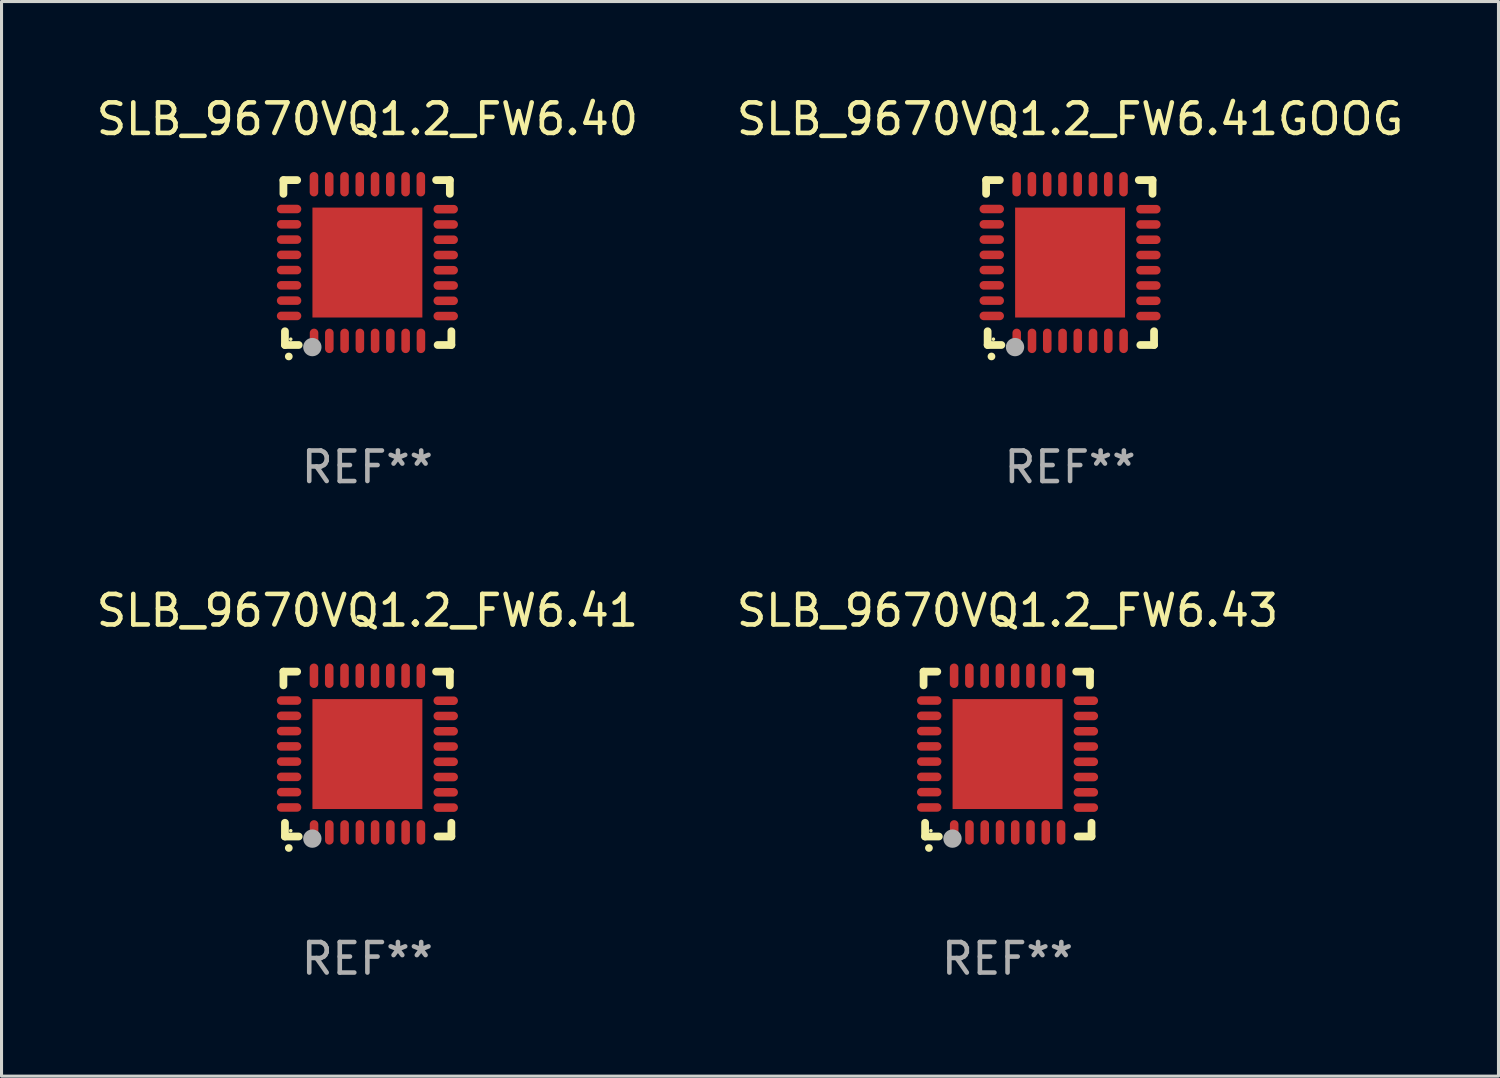
<source format=kicad_pcb>
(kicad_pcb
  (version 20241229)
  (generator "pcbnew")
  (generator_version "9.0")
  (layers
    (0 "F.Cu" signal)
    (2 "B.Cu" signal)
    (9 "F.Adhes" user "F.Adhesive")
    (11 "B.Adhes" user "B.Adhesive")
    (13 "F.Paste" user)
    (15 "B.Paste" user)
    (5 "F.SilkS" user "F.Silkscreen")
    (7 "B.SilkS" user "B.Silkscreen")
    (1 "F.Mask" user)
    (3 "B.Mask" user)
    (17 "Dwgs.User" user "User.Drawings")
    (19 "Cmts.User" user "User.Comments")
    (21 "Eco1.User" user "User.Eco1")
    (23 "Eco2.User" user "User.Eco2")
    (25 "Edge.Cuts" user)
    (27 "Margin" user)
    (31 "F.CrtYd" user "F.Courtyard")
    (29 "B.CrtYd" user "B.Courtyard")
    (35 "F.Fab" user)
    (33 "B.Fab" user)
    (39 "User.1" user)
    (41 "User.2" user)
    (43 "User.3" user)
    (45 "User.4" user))
  (footprint "SLB_9670VQ1.2_FW6.40"
    (layer "F.Cu")
    (at 8.982 5.548)
    (property "Reference" "SLB_9670VQ1.2_FW6.40" (at 0 -4.7 0) (layer "F.SilkS") (effects (font (size 1 1) (thickness 0.15))))
    (attr through_hole)
    (fp_line (start -2.75 -2.7) (end -2.75 -2.25) (stroke (width 0.254) (type solid)) (layer "F.SilkS"))
    (fp_line (start -2.7 2.7) (end -2.7 2.25) (stroke (width 0.254) (type solid)) (layer "F.SilkS"))
    (fp_line (start -2.3 -2.7) (end -2.75 -2.7) (stroke (width 0.254) (type solid)) (layer "F.SilkS"))
    (fp_line (start -2.25 2.7) (end -2.7 2.7) (stroke (width 0.254) (type solid)) (layer "F.SilkS"))
    (fp_line (start 2.3 2.7) (end 2.75 2.7) (stroke (width 0.254) (type solid)) (layer "F.SilkS"))
    (fp_line (start 2.7 -2.7) (end 2.25 -2.7) (stroke (width 0.254) (type solid)) (layer "F.SilkS"))
    (fp_line (start 2.7 -2.25) (end 2.7 -2.7) (stroke (width 0.254) (type solid)) (layer "F.SilkS"))
    (fp_line (start 2.75 2.7) (end 2.75 2.25) (stroke (width 0.254) (type solid)) (layer "F.SilkS"))
    (fp_arc (start -2.575565 3.075946) (mid -2.574295 3.07594) (end -2.573025 3.075946) (stroke (width 0.25) (type solid)) (layer "F.SilkS"))
    (fp_circle (center -2.51 2.51) (end -2.48 2.51) (stroke (width 0.06) (type solid)) (fill no) (layer "F.SilkS"))
    (fp_circle (center -1.803 2.769) (end -1.653 2.769) (stroke (width 0.3) (type solid)) (fill no) (layer "F.Fab"))
    (fp_text user "REF**" (at 0 6.7 0) (layer "F.Fab") (effects (font (size 1 1) (thickness 0.15))))
    (pad "1" smd oval (at -1.747 2.565) (size 0.28 0.8) (layers "F.Cu" "F.Mask" "F.Paste"))
    (pad "2" smd oval (at -1.247 2.565) (size 0.28 0.8) (layers "F.Cu" "F.Mask" "F.Paste"))
    (pad "3" smd oval (at -0.747 2.565) (size 0.28 0.8) (layers "F.Cu" "F.Mask" "F.Paste"))
    (pad "4" smd oval (at -0.246 2.565) (size 0.28 0.8) (layers "F.Cu" "F.Mask" "F.Paste"))
    (pad "5" smd oval (at 0.252 2.565) (size 0.28 0.8) (layers "F.Cu" "F.Mask" "F.Paste"))
    (pad "6" smd oval (at 0.752 2.565) (size 0.28 0.8) (layers "F.Cu" "F.Mask" "F.Paste"))
    (pad "7" smd oval (at 1.252 2.565) (size 0.28 0.8) (layers "F.Cu" "F.Mask" "F.Paste"))
    (pad "8" smd oval (at 1.753 2.565) (size 0.28 0.8) (layers "F.Cu" "F.Mask" "F.Paste"))
    (pad "9" smd oval (at 2.565 1.753) (size 0.8 0.28) (layers "F.Cu" "F.Mask" "F.Paste"))
    (pad "10" smd oval (at 2.565 1.252) (size 0.8 0.28) (layers "F.Cu" "F.Mask" "F.Paste"))
    (pad "11" smd oval (at 2.565 0.752) (size 0.8 0.28) (layers "F.Cu" "F.Mask" "F.Paste"))
    (pad "12" smd oval (at 2.565 0.252) (size 0.8 0.28) (layers "F.Cu" "F.Mask" "F.Paste"))
    (pad "13" smd oval (at 2.565 -0.246) (size 0.8 0.28) (layers "F.Cu" "F.Mask" "F.Paste"))
    (pad "14" smd oval (at 2.565 -0.747) (size 0.8 0.28) (layers "F.Cu" "F.Mask" "F.Paste"))
    (pad "15" smd oval (at 2.565 -1.247) (size 0.8 0.28) (layers "F.Cu" "F.Mask" "F.Paste"))
    (pad "16" smd oval (at 2.565 -1.747) (size 0.8 0.28) (layers "F.Cu" "F.Mask" "F.Paste"))
    (pad "17" smd oval (at 1.75 -2.565) (size 0.28 0.8) (layers "F.Cu" "F.Mask" "F.Paste"))
    (pad "18" smd oval (at 1.25 -2.565) (size 0.28 0.8) (layers "F.Cu" "F.Mask" "F.Paste"))
    (pad "19" smd oval (at 0.75 -2.565) (size 0.28 0.8) (layers "F.Cu" "F.Mask" "F.Paste"))
    (pad "20" smd oval (at 0.25 -2.565) (size 0.28 0.8) (layers "F.Cu" "F.Mask" "F.Paste"))
    (pad "21" smd oval (at -0.25 -2.565) (size 0.28 0.8) (layers "F.Cu" "F.Mask" "F.Paste"))
    (pad "22" smd oval (at -0.75 -2.565) (size 0.28 0.8) (layers "F.Cu" "F.Mask" "F.Paste"))
    (pad "23" smd oval (at -1.25 -2.565) (size 0.28 0.8) (layers "F.Cu" "F.Mask" "F.Paste"))
    (pad "24" smd oval (at -1.75 -2.565) (size 0.28 0.8) (layers "F.Cu" "F.Mask" "F.Paste"))
    (pad "25" smd oval (at -2.565 -1.753) (size 0.8 0.28) (layers "F.Cu" "F.Mask" "F.Paste"))
    (pad "26" smd oval (at -2.565 -1.252) (size 0.8 0.28) (layers "F.Cu" "F.Mask" "F.Paste"))
    (pad "27" smd oval (at -2.565 -0.752) (size 0.8 0.28) (layers "F.Cu" "F.Mask" "F.Paste"))
    (pad "28" smd oval (at -2.565 -0.251) (size 0.8 0.28) (layers "F.Cu" "F.Mask" "F.Paste"))
    (pad "29" smd oval (at -2.565 0.246) (size 0.8 0.28) (layers "F.Cu" "F.Mask" "F.Paste"))
    (pad "30" smd oval (at -2.565 0.747) (size 0.8 0.28) (layers "F.Cu" "F.Mask" "F.Paste"))
    (pad "31" smd oval (at -2.565 1.247) (size 0.8 0.28) (layers "F.Cu" "F.Mask" "F.Paste"))
    (pad "32" smd oval (at -2.565 1.748) (size 0.8 0.28) (layers "F.Cu" "F.Mask" "F.Paste"))
    (pad "33" smd rect (at 0.000076 0.000076) (size 3.6 3.6) (layers "F.Cu" "F.Mask" "F.Paste")))
  (footprint "SLB_9670VQ1.2_FW6.41GOOG"
    (layer "F.Cu")
    (at 31.994 5.548)
    (property "Reference" "SLB_9670VQ1.2_FW6.41GOOG" (at 0 -4.7 0) (layer "F.SilkS") (effects (font (size 1 1) (thickness 0.15))))
    (attr through_hole)
    (fp_line (start -2.75 -2.7) (end -2.75 -2.25) (stroke (width 0.254) (type solid)) (layer "F.SilkS"))
    (fp_line (start -2.7 2.7) (end -2.7 2.25) (stroke (width 0.254) (type solid)) (layer "F.SilkS"))
    (fp_line (start -2.3 -2.7) (end -2.75 -2.7) (stroke (width 0.254) (type solid)) (layer "F.SilkS"))
    (fp_line (start -2.25 2.7) (end -2.7 2.7) (stroke (width 0.254) (type solid)) (layer "F.SilkS"))
    (fp_line (start 2.3 2.7) (end 2.75 2.7) (stroke (width 0.254) (type solid)) (layer "F.SilkS"))
    (fp_line (start 2.7 -2.7) (end 2.25 -2.7) (stroke (width 0.254) (type solid)) (layer "F.SilkS"))
    (fp_line (start 2.7 -2.25) (end 2.7 -2.7) (stroke (width 0.254) (type solid)) (layer "F.SilkS"))
    (fp_line (start 2.75 2.7) (end 2.75 2.25) (stroke (width 0.254) (type solid)) (layer "F.SilkS"))
    (fp_arc (start -2.575565 3.075946) (mid -2.574295 3.07594) (end -2.573025 3.075946) (stroke (width 0.25) (type solid)) (layer "F.SilkS"))
    (fp_circle (center -2.51 2.51) (end -2.48 2.51) (stroke (width 0.06) (type solid)) (fill no) (layer "F.SilkS"))
    (fp_circle (center -1.803 2.769) (end -1.653 2.769) (stroke (width 0.3) (type solid)) (fill no) (layer "F.Fab"))
    (fp_text user "REF**" (at 0 6.7 0) (layer "F.Fab") (effects (font (size 1 1) (thickness 0.15))))
    (pad "1" smd oval (at -1.747 2.565) (size 0.28 0.8) (layers "F.Cu" "F.Mask" "F.Paste"))
    (pad "2" smd oval (at -1.247 2.565) (size 0.28 0.8) (layers "F.Cu" "F.Mask" "F.Paste"))
    (pad "3" smd oval (at -0.747 2.565) (size 0.28 0.8) (layers "F.Cu" "F.Mask" "F.Paste"))
    (pad "4" smd oval (at -0.246 2.565) (size 0.28 0.8) (layers "F.Cu" "F.Mask" "F.Paste"))
    (pad "5" smd oval (at 0.252 2.565) (size 0.28 0.8) (layers "F.Cu" "F.Mask" "F.Paste"))
    (pad "6" smd oval (at 0.752 2.565) (size 0.28 0.8) (layers "F.Cu" "F.Mask" "F.Paste"))
    (pad "7" smd oval (at 1.252 2.565) (size 0.28 0.8) (layers "F.Cu" "F.Mask" "F.Paste"))
    (pad "8" smd oval (at 1.753 2.565) (size 0.28 0.8) (layers "F.Cu" "F.Mask" "F.Paste"))
    (pad "9" smd oval (at 2.565 1.753) (size 0.8 0.28) (layers "F.Cu" "F.Mask" "F.Paste"))
    (pad "10" smd oval (at 2.565 1.252) (size 0.8 0.28) (layers "F.Cu" "F.Mask" "F.Paste"))
    (pad "11" smd oval (at 2.565 0.752) (size 0.8 0.28) (layers "F.Cu" "F.Mask" "F.Paste"))
    (pad "12" smd oval (at 2.565 0.252) (size 0.8 0.28) (layers "F.Cu" "F.Mask" "F.Paste"))
    (pad "13" smd oval (at 2.565 -0.246) (size 0.8 0.28) (layers "F.Cu" "F.Mask" "F.Paste"))
    (pad "14" smd oval (at 2.565 -0.747) (size 0.8 0.28) (layers "F.Cu" "F.Mask" "F.Paste"))
    (pad "15" smd oval (at 2.565 -1.247) (size 0.8 0.28) (layers "F.Cu" "F.Mask" "F.Paste"))
    (pad "16" smd oval (at 2.565 -1.747) (size 0.8 0.28) (layers "F.Cu" "F.Mask" "F.Paste"))
    (pad "17" smd oval (at 1.75 -2.565) (size 0.28 0.8) (layers "F.Cu" "F.Mask" "F.Paste"))
    (pad "18" smd oval (at 1.25 -2.565) (size 0.28 0.8) (layers "F.Cu" "F.Mask" "F.Paste"))
    (pad "19" smd oval (at 0.75 -2.565) (size 0.28 0.8) (layers "F.Cu" "F.Mask" "F.Paste"))
    (pad "20" smd oval (at 0.25 -2.565) (size 0.28 0.8) (layers "F.Cu" "F.Mask" "F.Paste"))
    (pad "21" smd oval (at -0.25 -2.565) (size 0.28 0.8) (layers "F.Cu" "F.Mask" "F.Paste"))
    (pad "22" smd oval (at -0.75 -2.565) (size 0.28 0.8) (layers "F.Cu" "F.Mask" "F.Paste"))
    (pad "23" smd oval (at -1.25 -2.565) (size 0.28 0.8) (layers "F.Cu" "F.Mask" "F.Paste"))
    (pad "24" smd oval (at -1.75 -2.565) (size 0.28 0.8) (layers "F.Cu" "F.Mask" "F.Paste"))
    (pad "25" smd oval (at -2.565 -1.753) (size 0.8 0.28) (layers "F.Cu" "F.Mask" "F.Paste"))
    (pad "26" smd oval (at -2.565 -1.252) (size 0.8 0.28) (layers "F.Cu" "F.Mask" "F.Paste"))
    (pad "27" smd oval (at -2.565 -0.752) (size 0.8 0.28) (layers "F.Cu" "F.Mask" "F.Paste"))
    (pad "28" smd oval (at -2.565 -0.251) (size 0.8 0.28) (layers "F.Cu" "F.Mask" "F.Paste"))
    (pad "29" smd oval (at -2.565 0.246) (size 0.8 0.28) (layers "F.Cu" "F.Mask" "F.Paste"))
    (pad "30" smd oval (at -2.565 0.747) (size 0.8 0.28) (layers "F.Cu" "F.Mask" "F.Paste"))
    (pad "31" smd oval (at -2.565 1.247) (size 0.8 0.28) (layers "F.Cu" "F.Mask" "F.Paste"))
    (pad "32" smd oval (at -2.565 1.748) (size 0.8 0.28) (layers "F.Cu" "F.Mask" "F.Paste"))
    (pad "33" smd rect (at 0.000076 0.000076) (size 3.6 3.6) (layers "F.Cu" "F.Mask" "F.Paste")))
  (footprint "SLB_9670VQ1.2_FW6.43"
    (layer "F.Cu")
    (at 29.946 21.645)
    (property "Reference" "SLB_9670VQ1.2_FW6.43" (at 0 -4.7 0) (layer "F.SilkS") (effects (font (size 1 1) (thickness 0.15))))
    (attr through_hole)
    (fp_line (start -2.75 -2.7) (end -2.75 -2.25) (stroke (width 0.254) (type solid)) (layer "F.SilkS"))
    (fp_line (start -2.7 2.7) (end -2.7 2.25) (stroke (width 0.254) (type solid)) (layer "F.SilkS"))
    (fp_line (start -2.3 -2.7) (end -2.75 -2.7) (stroke (width 0.254) (type solid)) (layer "F.SilkS"))
    (fp_line (start -2.25 2.7) (end -2.7 2.7) (stroke (width 0.254) (type solid)) (layer "F.SilkS"))
    (fp_line (start 2.3 2.7) (end 2.75 2.7) (stroke (width 0.254) (type solid)) (layer "F.SilkS"))
    (fp_line (start 2.7 -2.7) (end 2.25 -2.7) (stroke (width 0.254) (type solid)) (layer "F.SilkS"))
    (fp_line (start 2.7 -2.25) (end 2.7 -2.7) (stroke (width 0.254) (type solid)) (layer "F.SilkS"))
    (fp_line (start 2.75 2.7) (end 2.75 2.25) (stroke (width 0.254) (type solid)) (layer "F.SilkS"))
    (fp_arc (start -2.575565 3.075946) (mid -2.574295 3.07594) (end -2.573025 3.075946) (stroke (width 0.25) (type solid)) (layer "F.SilkS"))
    (fp_circle (center -2.51 2.51) (end -2.48 2.51) (stroke (width 0.06) (type solid)) (fill no) (layer "F.SilkS"))
    (fp_circle (center -1.803 2.769) (end -1.653 2.769) (stroke (width 0.3) (type solid)) (fill no) (layer "F.Fab"))
    (fp_text user "REF**" (at 0 6.7 0) (layer "F.Fab") (effects (font (size 1 1) (thickness 0.15))))
    (pad "1" smd oval (at -1.747 2.565) (size 0.28 0.8) (layers "F.Cu" "F.Mask" "F.Paste"))
    (pad "2" smd oval (at -1.247 2.565) (size 0.28 0.8) (layers "F.Cu" "F.Mask" "F.Paste"))
    (pad "3" smd oval (at -0.747 2.565) (size 0.28 0.8) (layers "F.Cu" "F.Mask" "F.Paste"))
    (pad "4" smd oval (at -0.246 2.565) (size 0.28 0.8) (layers "F.Cu" "F.Mask" "F.Paste"))
    (pad "5" smd oval (at 0.252 2.565) (size 0.28 0.8) (layers "F.Cu" "F.Mask" "F.Paste"))
    (pad "6" smd oval (at 0.752 2.565) (size 0.28 0.8) (layers "F.Cu" "F.Mask" "F.Paste"))
    (pad "7" smd oval (at 1.252 2.565) (size 0.28 0.8) (layers "F.Cu" "F.Mask" "F.Paste"))
    (pad "8" smd oval (at 1.753 2.565) (size 0.28 0.8) (layers "F.Cu" "F.Mask" "F.Paste"))
    (pad "9" smd oval (at 2.565 1.753) (size 0.8 0.28) (layers "F.Cu" "F.Mask" "F.Paste"))
    (pad "10" smd oval (at 2.565 1.252) (size 0.8 0.28) (layers "F.Cu" "F.Mask" "F.Paste"))
    (pad "11" smd oval (at 2.565 0.752) (size 0.8 0.28) (layers "F.Cu" "F.Mask" "F.Paste"))
    (pad "12" smd oval (at 2.565 0.252) (size 0.8 0.28) (layers "F.Cu" "F.Mask" "F.Paste"))
    (pad "13" smd oval (at 2.565 -0.246) (size 0.8 0.28) (layers "F.Cu" "F.Mask" "F.Paste"))
    (pad "14" smd oval (at 2.565 -0.747) (size 0.8 0.28) (layers "F.Cu" "F.Mask" "F.Paste"))
    (pad "15" smd oval (at 2.565 -1.247) (size 0.8 0.28) (layers "F.Cu" "F.Mask" "F.Paste"))
    (pad "16" smd oval (at 2.565 -1.747) (size 0.8 0.28) (layers "F.Cu" "F.Mask" "F.Paste"))
    (pad "17" smd oval (at 1.75 -2.565) (size 0.28 0.8) (layers "F.Cu" "F.Mask" "F.Paste"))
    (pad "18" smd oval (at 1.25 -2.565) (size 0.28 0.8) (layers "F.Cu" "F.Mask" "F.Paste"))
    (pad "19" smd oval (at 0.75 -2.565) (size 0.28 0.8) (layers "F.Cu" "F.Mask" "F.Paste"))
    (pad "20" smd oval (at 0.25 -2.565) (size 0.28 0.8) (layers "F.Cu" "F.Mask" "F.Paste"))
    (pad "21" smd oval (at -0.25 -2.565) (size 0.28 0.8) (layers "F.Cu" "F.Mask" "F.Paste"))
    (pad "22" smd oval (at -0.75 -2.565) (size 0.28 0.8) (layers "F.Cu" "F.Mask" "F.Paste"))
    (pad "23" smd oval (at -1.25 -2.565) (size 0.28 0.8) (layers "F.Cu" "F.Mask" "F.Paste"))
    (pad "24" smd oval (at -1.75 -2.565) (size 0.28 0.8) (layers "F.Cu" "F.Mask" "F.Paste"))
    (pad "25" smd oval (at -2.565 -1.753) (size 0.8 0.28) (layers "F.Cu" "F.Mask" "F.Paste"))
    (pad "26" smd oval (at -2.565 -1.252) (size 0.8 0.28) (layers "F.Cu" "F.Mask" "F.Paste"))
    (pad "27" smd oval (at -2.565 -0.752) (size 0.8 0.28) (layers "F.Cu" "F.Mask" "F.Paste"))
    (pad "28" smd oval (at -2.565 -0.251) (size 0.8 0.28) (layers "F.Cu" "F.Mask" "F.Paste"))
    (pad "29" smd oval (at -2.565 0.246) (size 0.8 0.28) (layers "F.Cu" "F.Mask" "F.Paste"))
    (pad "30" smd oval (at -2.565 0.747) (size 0.8 0.28) (layers "F.Cu" "F.Mask" "F.Paste"))
    (pad "31" smd oval (at -2.565 1.247) (size 0.8 0.28) (layers "F.Cu" "F.Mask" "F.Paste"))
    (pad "32" smd oval (at -2.565 1.748) (size 0.8 0.28) (layers "F.Cu" "F.Mask" "F.Paste"))
    (pad "33" smd rect (at 0.000076 0.000076) (size 3.6 3.6) (layers "F.Cu" "F.Mask" "F.Paste")))
  (footprint "SLB_9670VQ1.2_FW6.41"
    (layer "F.Cu")
    (at 8.982 21.645)
    (property "Reference" "SLB_9670VQ1.2_FW6.41" (at 0 -4.7 0) (layer "F.SilkS") (effects (font (size 1 1) (thickness 0.15))))
    (attr through_hole)
    (fp_line (start -2.75 -2.7) (end -2.75 -2.25) (stroke (width 0.254) (type solid)) (layer "F.SilkS"))
    (fp_line (start -2.7 2.7) (end -2.7 2.25) (stroke (width 0.254) (type solid)) (layer "F.SilkS"))
    (fp_line (start -2.3 -2.7) (end -2.75 -2.7) (stroke (width 0.254) (type solid)) (layer "F.SilkS"))
    (fp_line (start -2.25 2.7) (end -2.7 2.7) (stroke (width 0.254) (type solid)) (layer "F.SilkS"))
    (fp_line (start 2.3 2.7) (end 2.75 2.7) (stroke (width 0.254) (type solid)) (layer "F.SilkS"))
    (fp_line (start 2.7 -2.7) (end 2.25 -2.7) (stroke (width 0.254) (type solid)) (layer "F.SilkS"))
    (fp_line (start 2.7 -2.25) (end 2.7 -2.7) (stroke (width 0.254) (type solid)) (layer "F.SilkS"))
    (fp_line (start 2.75 2.7) (end 2.75 2.25) (stroke (width 0.254) (type solid)) (layer "F.SilkS"))
    (fp_arc (start -2.575565 3.075946) (mid -2.574295 3.07594) (end -2.573025 3.075946) (stroke (width 0.25) (type solid)) (layer "F.SilkS"))
    (fp_circle (center -2.51 2.51) (end -2.48 2.51) (stroke (width 0.06) (type solid)) (fill no) (layer "F.SilkS"))
    (fp_circle (center -1.803 2.769) (end -1.653 2.769) (stroke (width 0.3) (type solid)) (fill no) (layer "F.Fab"))
    (fp_text user "REF**" (at 0 6.7 0) (layer "F.Fab") (effects (font (size 1 1) (thickness 0.15))))
    (pad "1" smd oval (at -1.747 2.565) (size 0.28 0.8) (layers "F.Cu" "F.Mask" "F.Paste"))
    (pad "2" smd oval (at -1.247 2.565) (size 0.28 0.8) (layers "F.Cu" "F.Mask" "F.Paste"))
    (pad "3" smd oval (at -0.747 2.565) (size 0.28 0.8) (layers "F.Cu" "F.Mask" "F.Paste"))
    (pad "4" smd oval (at -0.246 2.565) (size 0.28 0.8) (layers "F.Cu" "F.Mask" "F.Paste"))
    (pad "5" smd oval (at 0.252 2.565) (size 0.28 0.8) (layers "F.Cu" "F.Mask" "F.Paste"))
    (pad "6" smd oval (at 0.752 2.565) (size 0.28 0.8) (layers "F.Cu" "F.Mask" "F.Paste"))
    (pad "7" smd oval (at 1.252 2.565) (size 0.28 0.8) (layers "F.Cu" "F.Mask" "F.Paste"))
    (pad "8" smd oval (at 1.753 2.565) (size 0.28 0.8) (layers "F.Cu" "F.Mask" "F.Paste"))
    (pad "9" smd oval (at 2.565 1.753) (size 0.8 0.28) (layers "F.Cu" "F.Mask" "F.Paste"))
    (pad "10" smd oval (at 2.565 1.252) (size 0.8 0.28) (layers "F.Cu" "F.Mask" "F.Paste"))
    (pad "11" smd oval (at 2.565 0.752) (size 0.8 0.28) (layers "F.Cu" "F.Mask" "F.Paste"))
    (pad "12" smd oval (at 2.565 0.252) (size 0.8 0.28) (layers "F.Cu" "F.Mask" "F.Paste"))
    (pad "13" smd oval (at 2.565 -0.246) (size 0.8 0.28) (layers "F.Cu" "F.Mask" "F.Paste"))
    (pad "14" smd oval (at 2.565 -0.747) (size 0.8 0.28) (layers "F.Cu" "F.Mask" "F.Paste"))
    (pad "15" smd oval (at 2.565 -1.247) (size 0.8 0.28) (layers "F.Cu" "F.Mask" "F.Paste"))
    (pad "16" smd oval (at 2.565 -1.747) (size 0.8 0.28) (layers "F.Cu" "F.Mask" "F.Paste"))
    (pad "17" smd oval (at 1.75 -2.565) (size 0.28 0.8) (layers "F.Cu" "F.Mask" "F.Paste"))
    (pad "18" smd oval (at 1.25 -2.565) (size 0.28 0.8) (layers "F.Cu" "F.Mask" "F.Paste"))
    (pad "19" smd oval (at 0.75 -2.565) (size 0.28 0.8) (layers "F.Cu" "F.Mask" "F.Paste"))
    (pad "20" smd oval (at 0.25 -2.565) (size 0.28 0.8) (layers "F.Cu" "F.Mask" "F.Paste"))
    (pad "21" smd oval (at -0.25 -2.565) (size 0.28 0.8) (layers "F.Cu" "F.Mask" "F.Paste"))
    (pad "22" smd oval (at -0.75 -2.565) (size 0.28 0.8) (layers "F.Cu" "F.Mask" "F.Paste"))
    (pad "23" smd oval (at -1.25 -2.565) (size 0.28 0.8) (layers "F.Cu" "F.Mask" "F.Paste"))
    (pad "24" smd oval (at -1.75 -2.565) (size 0.28 0.8) (layers "F.Cu" "F.Mask" "F.Paste"))
    (pad "25" smd oval (at -2.565 -1.753) (size 0.8 0.28) (layers "F.Cu" "F.Mask" "F.Paste"))
    (pad "26" smd oval (at -2.565 -1.252) (size 0.8 0.28) (layers "F.Cu" "F.Mask" "F.Paste"))
    (pad "27" smd oval (at -2.565 -0.752) (size 0.8 0.28) (layers "F.Cu" "F.Mask" "F.Paste"))
    (pad "28" smd oval (at -2.565 -0.251) (size 0.8 0.28) (layers "F.Cu" "F.Mask" "F.Paste"))
    (pad "29" smd oval (at -2.565 0.246) (size 0.8 0.28) (layers "F.Cu" "F.Mask" "F.Paste"))
    (pad "30" smd oval (at -2.565 0.747) (size 0.8 0.28) (layers "F.Cu" "F.Mask" "F.Paste"))
    (pad "31" smd oval (at -2.565 1.247) (size 0.8 0.28) (layers "F.Cu" "F.Mask" "F.Paste"))
    (pad "32" smd oval (at -2.565 1.748) (size 0.8 0.28) (layers "F.Cu" "F.Mask" "F.Paste"))
    (pad "33" smd rect (at 0.000076 0.000076) (size 3.6 3.6) (layers "F.Cu" "F.Mask" "F.Paste")))
  (gr_rect
    (start -3 -3)
    (end 46.024 32.193)
    (stroke (width 0.1) (type default))
    (fill no)
    (layer "Edge.Cuts")))
</source>
